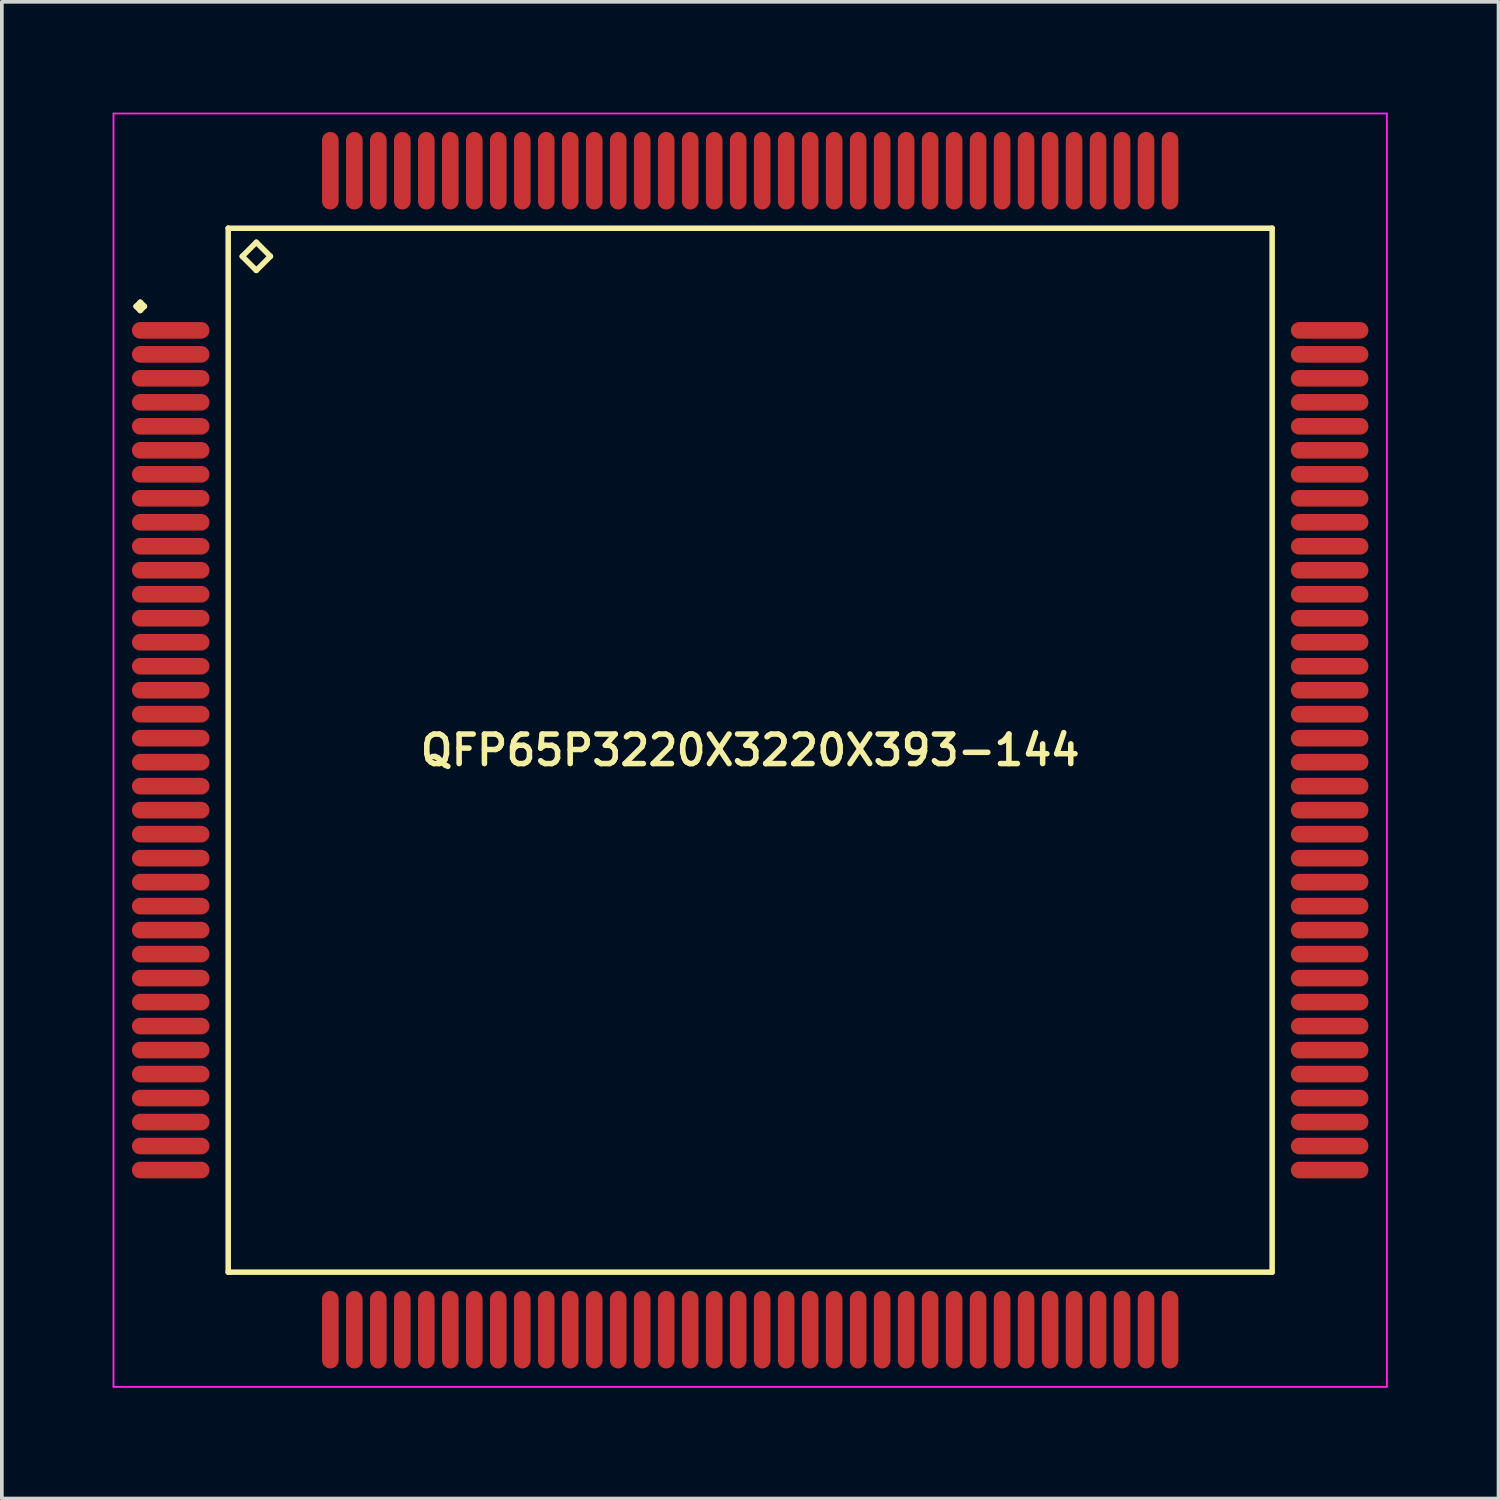
<source format=kicad_pcb>
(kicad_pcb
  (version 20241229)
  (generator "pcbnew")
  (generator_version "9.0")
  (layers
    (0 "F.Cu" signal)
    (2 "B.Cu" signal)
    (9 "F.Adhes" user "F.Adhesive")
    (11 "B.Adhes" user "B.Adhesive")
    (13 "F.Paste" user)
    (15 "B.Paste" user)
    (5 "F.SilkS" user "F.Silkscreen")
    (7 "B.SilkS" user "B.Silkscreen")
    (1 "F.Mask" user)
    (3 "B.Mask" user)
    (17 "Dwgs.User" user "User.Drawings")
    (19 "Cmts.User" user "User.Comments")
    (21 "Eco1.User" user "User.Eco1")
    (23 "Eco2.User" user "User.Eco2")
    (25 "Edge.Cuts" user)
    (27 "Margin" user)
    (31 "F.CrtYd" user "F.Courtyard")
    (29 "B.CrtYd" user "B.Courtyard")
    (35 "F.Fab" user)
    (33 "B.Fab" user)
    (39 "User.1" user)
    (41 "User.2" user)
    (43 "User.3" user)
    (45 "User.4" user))
  (footprint "QFP65P3220X3220X393-144"
    (layer "F.Cu")
    (at 17.275 17.275)
    (property "Reference" "QFP65P3220X3220X393-144" (at 0 0 0) (layer "F.SilkS") (effects (font (size 0.8 0.8) (thickness 0.15))))
    (attr smd)
    (fp_line (start -16.637 -12.025) (end -16.525 -12.137) (stroke (width 0.15) (type solid)) (layer "F.SilkS"))
    (fp_line (start -16.525 -12.137) (end -16.413 -12.025) (stroke (width 0.15) (type solid)) (layer "F.SilkS"))
    (fp_line (start -16.525 -11.912) (end -16.637 -12.025) (stroke (width 0.15) (type solid)) (layer "F.SilkS"))
    (fp_line (start -16.413 -12.025) (end -16.525 -11.912) (stroke (width 0.15) (type solid)) (layer "F.SilkS"))
    (fp_line (start -14.142 -14.142) (end -14.142 14.142) (stroke (width 0.15) (type solid)) (layer "F.SilkS"))
    (fp_line (start -14.142 14.142) (end 14.142 14.142) (stroke (width 0.15) (type solid)) (layer "F.SilkS"))
    (fp_line (start -13.761 -13.38) (end -13.38 -13.761) (stroke (width 0.15) (type solid)) (layer "F.SilkS"))
    (fp_line (start -13.38 -13.761) (end -12.999 -13.38) (stroke (width 0.15) (type solid)) (layer "F.SilkS"))
    (fp_line (start -13.38 -12.999) (end -13.761 -13.38) (stroke (width 0.15) (type solid)) (layer "F.SilkS"))
    (fp_line (start -12.999 -13.38) (end -13.38 -12.999) (stroke (width 0.15) (type solid)) (layer "F.SilkS"))
    (fp_line (start 14.142 -14.142) (end -14.142 -14.142) (stroke (width 0.15) (type solid)) (layer "F.SilkS"))
    (fp_line (start 14.142 14.142) (end 14.142 -14.142) (stroke (width 0.15) (type solid)) (layer "F.SilkS"))
    (fp_line (start -17.25 -17.25) (end 17.25 -17.25) (stroke (width 0.05) (type solid)) (layer "F.CrtYd"))
    (fp_line (start -17.25 17.25) (end -17.25 -17.25) (stroke (width 0.05) (type solid)) (layer "F.CrtYd"))
    (fp_line (start 17.25 -17.25) (end 17.25 17.25) (stroke (width 0.05) (type solid)) (layer "F.CrtYd"))
    (fp_line (start 17.25 17.25) (end -17.25 17.25) (stroke (width 0.05) (type solid)) (layer "F.CrtYd"))
    (pad "1" smd oval (at -15.7 -11.375) (size 2.1 0.45) (layers "F.Cu" "F.Mask" "F.Paste"))
    (pad "2" smd oval (at -15.7 -10.725) (size 2.1 0.45) (layers "F.Cu" "F.Mask" "F.Paste"))
    (pad "3" smd oval (at -15.7 -10.075) (size 2.1 0.45) (layers "F.Cu" "F.Mask" "F.Paste"))
    (pad "4" smd oval (at -15.7 -9.425) (size 2.1 0.45) (layers "F.Cu" "F.Mask" "F.Paste"))
    (pad "5" smd oval (at -15.7 -8.775) (size 2.1 0.45) (layers "F.Cu" "F.Mask" "F.Paste"))
    (pad "6" smd oval (at -15.7 -8.125) (size 2.1 0.45) (layers "F.Cu" "F.Mask" "F.Paste"))
    (pad "7" smd oval (at -15.7 -7.475) (size 2.1 0.45) (layers "F.Cu" "F.Mask" "F.Paste"))
    (pad "8" smd oval (at -15.7 -6.825) (size 2.1 0.45) (layers "F.Cu" "F.Mask" "F.Paste"))
    (pad "9" smd oval (at -15.7 -6.175) (size 2.1 0.45) (layers "F.Cu" "F.Mask" "F.Paste"))
    (pad "10" smd oval (at -15.7 -5.525) (size 2.1 0.45) (layers "F.Cu" "F.Mask" "F.Paste"))
    (pad "11" smd oval (at -15.7 -4.875) (size 2.1 0.45) (layers "F.Cu" "F.Mask" "F.Paste"))
    (pad "12" smd oval (at -15.7 -4.225) (size 2.1 0.45) (layers "F.Cu" "F.Mask" "F.Paste"))
    (pad "13" smd oval (at -15.7 -3.575) (size 2.1 0.45) (layers "F.Cu" "F.Mask" "F.Paste"))
    (pad "14" smd oval (at -15.7 -2.925) (size 2.1 0.45) (layers "F.Cu" "F.Mask" "F.Paste"))
    (pad "15" smd oval (at -15.7 -2.275) (size 2.1 0.45) (layers "F.Cu" "F.Mask" "F.Paste"))
    (pad "16" smd oval (at -15.7 -1.625) (size 2.1 0.45) (layers "F.Cu" "F.Mask" "F.Paste"))
    (pad "17" smd oval (at -15.7 -0.975) (size 2.1 0.45) (layers "F.Cu" "F.Mask" "F.Paste"))
    (pad "18" smd oval (at -15.7 -0.325) (size 2.1 0.45) (layers "F.Cu" "F.Mask" "F.Paste"))
    (pad "19" smd oval (at -15.7 0.325) (size 2.1 0.45) (layers "F.Cu" "F.Mask" "F.Paste"))
    (pad "20" smd oval (at -15.7 0.975) (size 2.1 0.45) (layers "F.Cu" "F.Mask" "F.Paste"))
    (pad "21" smd oval (at -15.7 1.625) (size 2.1 0.45) (layers "F.Cu" "F.Mask" "F.Paste"))
    (pad "22" smd oval (at -15.7 2.275) (size 2.1 0.45) (layers "F.Cu" "F.Mask" "F.Paste"))
    (pad "23" smd oval (at -15.7 2.925) (size 2.1 0.45) (layers "F.Cu" "F.Mask" "F.Paste"))
    (pad "24" smd oval (at -15.7 3.575) (size 2.1 0.45) (layers "F.Cu" "F.Mask" "F.Paste"))
    (pad "25" smd oval (at -15.7 4.225) (size 2.1 0.45) (layers "F.Cu" "F.Mask" "F.Paste"))
    (pad "26" smd oval (at -15.7 4.875) (size 2.1 0.45) (layers "F.Cu" "F.Mask" "F.Paste"))
    (pad "27" smd oval (at -15.7 5.525) (size 2.1 0.45) (layers "F.Cu" "F.Mask" "F.Paste"))
    (pad "28" smd oval (at -15.7 6.175) (size 2.1 0.45) (layers "F.Cu" "F.Mask" "F.Paste"))
    (pad "29" smd oval (at -15.7 6.825) (size 2.1 0.45) (layers "F.Cu" "F.Mask" "F.Paste"))
    (pad "30" smd oval (at -15.7 7.475) (size 2.1 0.45) (layers "F.Cu" "F.Mask" "F.Paste"))
    (pad "31" smd oval (at -15.7 8.125) (size 2.1 0.45) (layers "F.Cu" "F.Mask" "F.Paste"))
    (pad "32" smd oval (at -15.7 8.775) (size 2.1 0.45) (layers "F.Cu" "F.Mask" "F.Paste"))
    (pad "33" smd oval (at -15.7 9.425) (size 2.1 0.45) (layers "F.Cu" "F.Mask" "F.Paste"))
    (pad "34" smd oval (at -15.7 10.075) (size 2.1 0.45) (layers "F.Cu" "F.Mask" "F.Paste"))
    (pad "35" smd oval (at -15.7 10.725) (size 2.1 0.45) (layers "F.Cu" "F.Mask" "F.Paste"))
    (pad "36" smd oval (at -15.7 11.375) (size 2.1 0.45) (layers "F.Cu" "F.Mask" "F.Paste"))
    (pad "37" smd oval (at -11.375 15.7) (size 0.45 2.1) (layers "F.Cu" "F.Mask" "F.Paste"))
    (pad "38" smd oval (at -10.725 15.7) (size 0.45 2.1) (layers "F.Cu" "F.Mask" "F.Paste"))
    (pad "39" smd oval (at -10.075 15.7) (size 0.45 2.1) (layers "F.Cu" "F.Mask" "F.Paste"))
    (pad "40" smd oval (at -9.425 15.7) (size 0.45 2.1) (layers "F.Cu" "F.Mask" "F.Paste"))
    (pad "41" smd oval (at -8.775 15.7) (size 0.45 2.1) (layers "F.Cu" "F.Mask" "F.Paste"))
    (pad "42" smd oval (at -8.125 15.7) (size 0.45 2.1) (layers "F.Cu" "F.Mask" "F.Paste"))
    (pad "43" smd oval (at -7.475 15.7) (size 0.45 2.1) (layers "F.Cu" "F.Mask" "F.Paste"))
    (pad "44" smd oval (at -6.825 15.7) (size 0.45 2.1) (layers "F.Cu" "F.Mask" "F.Paste"))
    (pad "45" smd oval (at -6.175 15.7) (size 0.45 2.1) (layers "F.Cu" "F.Mask" "F.Paste"))
    (pad "46" smd oval (at -5.525 15.7) (size 0.45 2.1) (layers "F.Cu" "F.Mask" "F.Paste"))
    (pad "47" smd oval (at -4.875 15.7) (size 0.45 2.1) (layers "F.Cu" "F.Mask" "F.Paste"))
    (pad "48" smd oval (at -4.225 15.7) (size 0.45 2.1) (layers "F.Cu" "F.Mask" "F.Paste"))
    (pad "49" smd oval (at -3.575 15.7) (size 0.45 2.1) (layers "F.Cu" "F.Mask" "F.Paste"))
    (pad "50" smd oval (at -2.925 15.7) (size 0.45 2.1) (layers "F.Cu" "F.Mask" "F.Paste"))
    (pad "51" smd oval (at -2.275 15.7) (size 0.45 2.1) (layers "F.Cu" "F.Mask" "F.Paste"))
    (pad "52" smd oval (at -1.625 15.7) (size 0.45 2.1) (layers "F.Cu" "F.Mask" "F.Paste"))
    (pad "53" smd oval (at -0.975 15.7) (size 0.45 2.1) (layers "F.Cu" "F.Mask" "F.Paste"))
    (pad "54" smd oval (at -0.325 15.7) (size 0.45 2.1) (layers "F.Cu" "F.Mask" "F.Paste"))
    (pad "55" smd oval (at 0.325 15.7) (size 0.45 2.1) (layers "F.Cu" "F.Mask" "F.Paste"))
    (pad "56" smd oval (at 0.975 15.7) (size 0.45 2.1) (layers "F.Cu" "F.Mask" "F.Paste"))
    (pad "57" smd oval (at 1.625 15.7) (size 0.45 2.1) (layers "F.Cu" "F.Mask" "F.Paste"))
    (pad "58" smd oval (at 2.275 15.7) (size 0.45 2.1) (layers "F.Cu" "F.Mask" "F.Paste"))
    (pad "59" smd oval (at 2.925 15.7) (size 0.45 2.1) (layers "F.Cu" "F.Mask" "F.Paste"))
    (pad "60" smd oval (at 3.575 15.7) (size 0.45 2.1) (layers "F.Cu" "F.Mask" "F.Paste"))
    (pad "61" smd oval (at 4.225 15.7) (size 0.45 2.1) (layers "F.Cu" "F.Mask" "F.Paste"))
    (pad "62" smd oval (at 4.875 15.7) (size 0.45 2.1) (layers "F.Cu" "F.Mask" "F.Paste"))
    (pad "63" smd oval (at 5.525 15.7) (size 0.45 2.1) (layers "F.Cu" "F.Mask" "F.Paste"))
    (pad "64" smd oval (at 6.175 15.7) (size 0.45 2.1) (layers "F.Cu" "F.Mask" "F.Paste"))
    (pad "65" smd oval (at 6.825 15.7) (size 0.45 2.1) (layers "F.Cu" "F.Mask" "F.Paste"))
    (pad "66" smd oval (at 7.475 15.7) (size 0.45 2.1) (layers "F.Cu" "F.Mask" "F.Paste"))
    (pad "67" smd oval (at 8.125 15.7) (size 0.45 2.1) (layers "F.Cu" "F.Mask" "F.Paste"))
    (pad "68" smd oval (at 8.775 15.7) (size 0.45 2.1) (layers "F.Cu" "F.Mask" "F.Paste"))
    (pad "69" smd oval (at 9.425 15.7) (size 0.45 2.1) (layers "F.Cu" "F.Mask" "F.Paste"))
    (pad "70" smd oval (at 10.075 15.7) (size 0.45 2.1) (layers "F.Cu" "F.Mask" "F.Paste"))
    (pad "71" smd oval (at 10.725 15.7) (size 0.45 2.1) (layers "F.Cu" "F.Mask" "F.Paste"))
    (pad "72" smd oval (at 11.375 15.7) (size 0.45 2.1) (layers "F.Cu" "F.Mask" "F.Paste"))
    (pad "73" smd oval (at 15.7 11.375) (size 2.1 0.45) (layers "F.Cu" "F.Mask" "F.Paste"))
    (pad "74" smd oval (at 15.7 10.725) (size 2.1 0.45) (layers "F.Cu" "F.Mask" "F.Paste"))
    (pad "75" smd oval (at 15.7 10.075) (size 2.1 0.45) (layers "F.Cu" "F.Mask" "F.Paste"))
    (pad "76" smd oval (at 15.7 9.425) (size 2.1 0.45) (layers "F.Cu" "F.Mask" "F.Paste"))
    (pad "77" smd oval (at 15.7 8.775) (size 2.1 0.45) (layers "F.Cu" "F.Mask" "F.Paste"))
    (pad "78" smd oval (at 15.7 8.125) (size 2.1 0.45) (layers "F.Cu" "F.Mask" "F.Paste"))
    (pad "79" smd oval (at 15.7 7.475) (size 2.1 0.45) (layers "F.Cu" "F.Mask" "F.Paste"))
    (pad "80" smd oval (at 15.7 6.825) (size 2.1 0.45) (layers "F.Cu" "F.Mask" "F.Paste"))
    (pad "81" smd oval (at 15.7 6.175) (size 2.1 0.45) (layers "F.Cu" "F.Mask" "F.Paste"))
    (pad "82" smd oval (at 15.7 5.525) (size 2.1 0.45) (layers "F.Cu" "F.Mask" "F.Paste"))
    (pad "83" smd oval (at 15.7 4.875) (size 2.1 0.45) (layers "F.Cu" "F.Mask" "F.Paste"))
    (pad "84" smd oval (at 15.7 4.225) (size 2.1 0.45) (layers "F.Cu" "F.Mask" "F.Paste"))
    (pad "85" smd oval (at 15.7 3.575) (size 2.1 0.45) (layers "F.Cu" "F.Mask" "F.Paste"))
    (pad "86" smd oval (at 15.7 2.925) (size 2.1 0.45) (layers "F.Cu" "F.Mask" "F.Paste"))
    (pad "87" smd oval (at 15.7 2.275) (size 2.1 0.45) (layers "F.Cu" "F.Mask" "F.Paste"))
    (pad "88" smd oval (at 15.7 1.625) (size 2.1 0.45) (layers "F.Cu" "F.Mask" "F.Paste"))
    (pad "89" smd oval (at 15.7 0.975) (size 2.1 0.45) (layers "F.Cu" "F.Mask" "F.Paste"))
    (pad "90" smd oval (at 15.7 0.325) (size 2.1 0.45) (layers "F.Cu" "F.Mask" "F.Paste"))
    (pad "91" smd oval (at 15.7 -0.325) (size 2.1 0.45) (layers "F.Cu" "F.Mask" "F.Paste"))
    (pad "92" smd oval (at 15.7 -0.975) (size 2.1 0.45) (layers "F.Cu" "F.Mask" "F.Paste"))
    (pad "93" smd oval (at 15.7 -1.625) (size 2.1 0.45) (layers "F.Cu" "F.Mask" "F.Paste"))
    (pad "94" smd oval (at 15.7 -2.275) (size 2.1 0.45) (layers "F.Cu" "F.Mask" "F.Paste"))
    (pad "95" smd oval (at 15.7 -2.925) (size 2.1 0.45) (layers "F.Cu" "F.Mask" "F.Paste"))
    (pad "96" smd oval (at 15.7 -3.575) (size 2.1 0.45) (layers "F.Cu" "F.Mask" "F.Paste"))
    (pad "97" smd oval (at 15.7 -4.225) (size 2.1 0.45) (layers "F.Cu" "F.Mask" "F.Paste"))
    (pad "98" smd oval (at 15.7 -4.875) (size 2.1 0.45) (layers "F.Cu" "F.Mask" "F.Paste"))
    (pad "99" smd oval (at 15.7 -5.525) (size 2.1 0.45) (layers "F.Cu" "F.Mask" "F.Paste"))
    (pad "100" smd oval (at 15.7 -6.175) (size 2.1 0.45) (layers "F.Cu" "F.Mask" "F.Paste"))
    (pad "101" smd oval (at 15.7 -6.825) (size 2.1 0.45) (layers "F.Cu" "F.Mask" "F.Paste"))
    (pad "102" smd oval (at 15.7 -7.475) (size 2.1 0.45) (layers "F.Cu" "F.Mask" "F.Paste"))
    (pad "103" smd oval (at 15.7 -8.125) (size 2.1 0.45) (layers "F.Cu" "F.Mask" "F.Paste"))
    (pad "104" smd oval (at 15.7 -8.775) (size 2.1 0.45) (layers "F.Cu" "F.Mask" "F.Paste"))
    (pad "105" smd oval (at 15.7 -9.425) (size 2.1 0.45) (layers "F.Cu" "F.Mask" "F.Paste"))
    (pad "106" smd oval (at 15.7 -10.075) (size 2.1 0.45) (layers "F.Cu" "F.Mask" "F.Paste"))
    (pad "107" smd oval (at 15.7 -10.725) (size 2.1 0.45) (layers "F.Cu" "F.Mask" "F.Paste"))
    (pad "108" smd oval (at 15.7 -11.375) (size 2.1 0.45) (layers "F.Cu" "F.Mask" "F.Paste"))
    (pad "109" smd oval (at 11.375 -15.7) (size 0.45 2.1) (layers "F.Cu" "F.Mask" "F.Paste"))
    (pad "110" smd oval (at 10.725 -15.7) (size 0.45 2.1) (layers "F.Cu" "F.Mask" "F.Paste"))
    (pad "111" smd oval (at 10.075 -15.7) (size 0.45 2.1) (layers "F.Cu" "F.Mask" "F.Paste"))
    (pad "112" smd oval (at 9.425 -15.7) (size 0.45 2.1) (layers "F.Cu" "F.Mask" "F.Paste"))
    (pad "113" smd oval (at 8.775 -15.7) (size 0.45 2.1) (layers "F.Cu" "F.Mask" "F.Paste"))
    (pad "114" smd oval (at 8.125 -15.7) (size 0.45 2.1) (layers "F.Cu" "F.Mask" "F.Paste"))
    (pad "115" smd oval (at 7.475 -15.7) (size 0.45 2.1) (layers "F.Cu" "F.Mask" "F.Paste"))
    (pad "116" smd oval (at 6.825 -15.7) (size 0.45 2.1) (layers "F.Cu" "F.Mask" "F.Paste"))
    (pad "117" smd oval (at 6.175 -15.7) (size 0.45 2.1) (layers "F.Cu" "F.Mask" "F.Paste"))
    (pad "118" smd oval (at 5.525 -15.7) (size 0.45 2.1) (layers "F.Cu" "F.Mask" "F.Paste"))
    (pad "119" smd oval (at 4.875 -15.7) (size 0.45 2.1) (layers "F.Cu" "F.Mask" "F.Paste"))
    (pad "120" smd oval (at 4.225 -15.7) (size 0.45 2.1) (layers "F.Cu" "F.Mask" "F.Paste"))
    (pad "121" smd oval (at 3.575 -15.7) (size 0.45 2.1) (layers "F.Cu" "F.Mask" "F.Paste"))
    (pad "122" smd oval (at 2.925 -15.7) (size 0.45 2.1) (layers "F.Cu" "F.Mask" "F.Paste"))
    (pad "123" smd oval (at 2.275 -15.7) (size 0.45 2.1) (layers "F.Cu" "F.Mask" "F.Paste"))
    (pad "124" smd oval (at 1.625 -15.7) (size 0.45 2.1) (layers "F.Cu" "F.Mask" "F.Paste"))
    (pad "125" smd oval (at 0.975 -15.7) (size 0.45 2.1) (layers "F.Cu" "F.Mask" "F.Paste"))
    (pad "126" smd oval (at 0.325 -15.7) (size 0.45 2.1) (layers "F.Cu" "F.Mask" "F.Paste"))
    (pad "127" smd oval (at -0.325 -15.7) (size 0.45 2.1) (layers "F.Cu" "F.Mask" "F.Paste"))
    (pad "128" smd oval (at -0.975 -15.7) (size 0.45 2.1) (layers "F.Cu" "F.Mask" "F.Paste"))
    (pad "129" smd oval (at -1.625 -15.7) (size 0.45 2.1) (layers "F.Cu" "F.Mask" "F.Paste"))
    (pad "130" smd oval (at -2.275 -15.7) (size 0.45 2.1) (layers "F.Cu" "F.Mask" "F.Paste"))
    (pad "131" smd oval (at -2.925 -15.7) (size 0.45 2.1) (layers "F.Cu" "F.Mask" "F.Paste"))
    (pad "132" smd oval (at -3.575 -15.7) (size 0.45 2.1) (layers "F.Cu" "F.Mask" "F.Paste"))
    (pad "133" smd oval (at -4.225 -15.7) (size 0.45 2.1) (layers "F.Cu" "F.Mask" "F.Paste"))
    (pad "134" smd oval (at -4.875 -15.7) (size 0.45 2.1) (layers "F.Cu" "F.Mask" "F.Paste"))
    (pad "135" smd oval (at -5.525 -15.7) (size 0.45 2.1) (layers "F.Cu" "F.Mask" "F.Paste"))
    (pad "136" smd oval (at -6.175 -15.7) (size 0.45 2.1) (layers "F.Cu" "F.Mask" "F.Paste"))
    (pad "137" smd oval (at -6.825 -15.7) (size 0.45 2.1) (layers "F.Cu" "F.Mask" "F.Paste"))
    (pad "138" smd oval (at -7.475 -15.7) (size 0.45 2.1) (layers "F.Cu" "F.Mask" "F.Paste"))
    (pad "139" smd oval (at -8.125 -15.7) (size 0.45 2.1) (layers "F.Cu" "F.Mask" "F.Paste"))
    (pad "140" smd oval (at -8.775 -15.7) (size 0.45 2.1) (layers "F.Cu" "F.Mask" "F.Paste"))
    (pad "141" smd oval (at -9.425 -15.7) (size 0.45 2.1) (layers "F.Cu" "F.Mask" "F.Paste"))
    (pad "142" smd oval (at -10.075 -15.7) (size 0.45 2.1) (layers "F.Cu" "F.Mask" "F.Paste"))
    (pad "143" smd oval (at -10.725 -15.7) (size 0.45 2.1) (layers "F.Cu" "F.Mask" "F.Paste"))
    (pad "144" smd oval (at -11.375 -15.7) (size 0.45 2.1) (layers "F.Cu" "F.Mask" "F.Paste")))
  (gr_rect
    (start -3 -3)
    (end 37.55 37.55)
    (stroke (width 0.1) (type default))
    (fill no)
    (layer "Edge.Cuts")))
</source>
